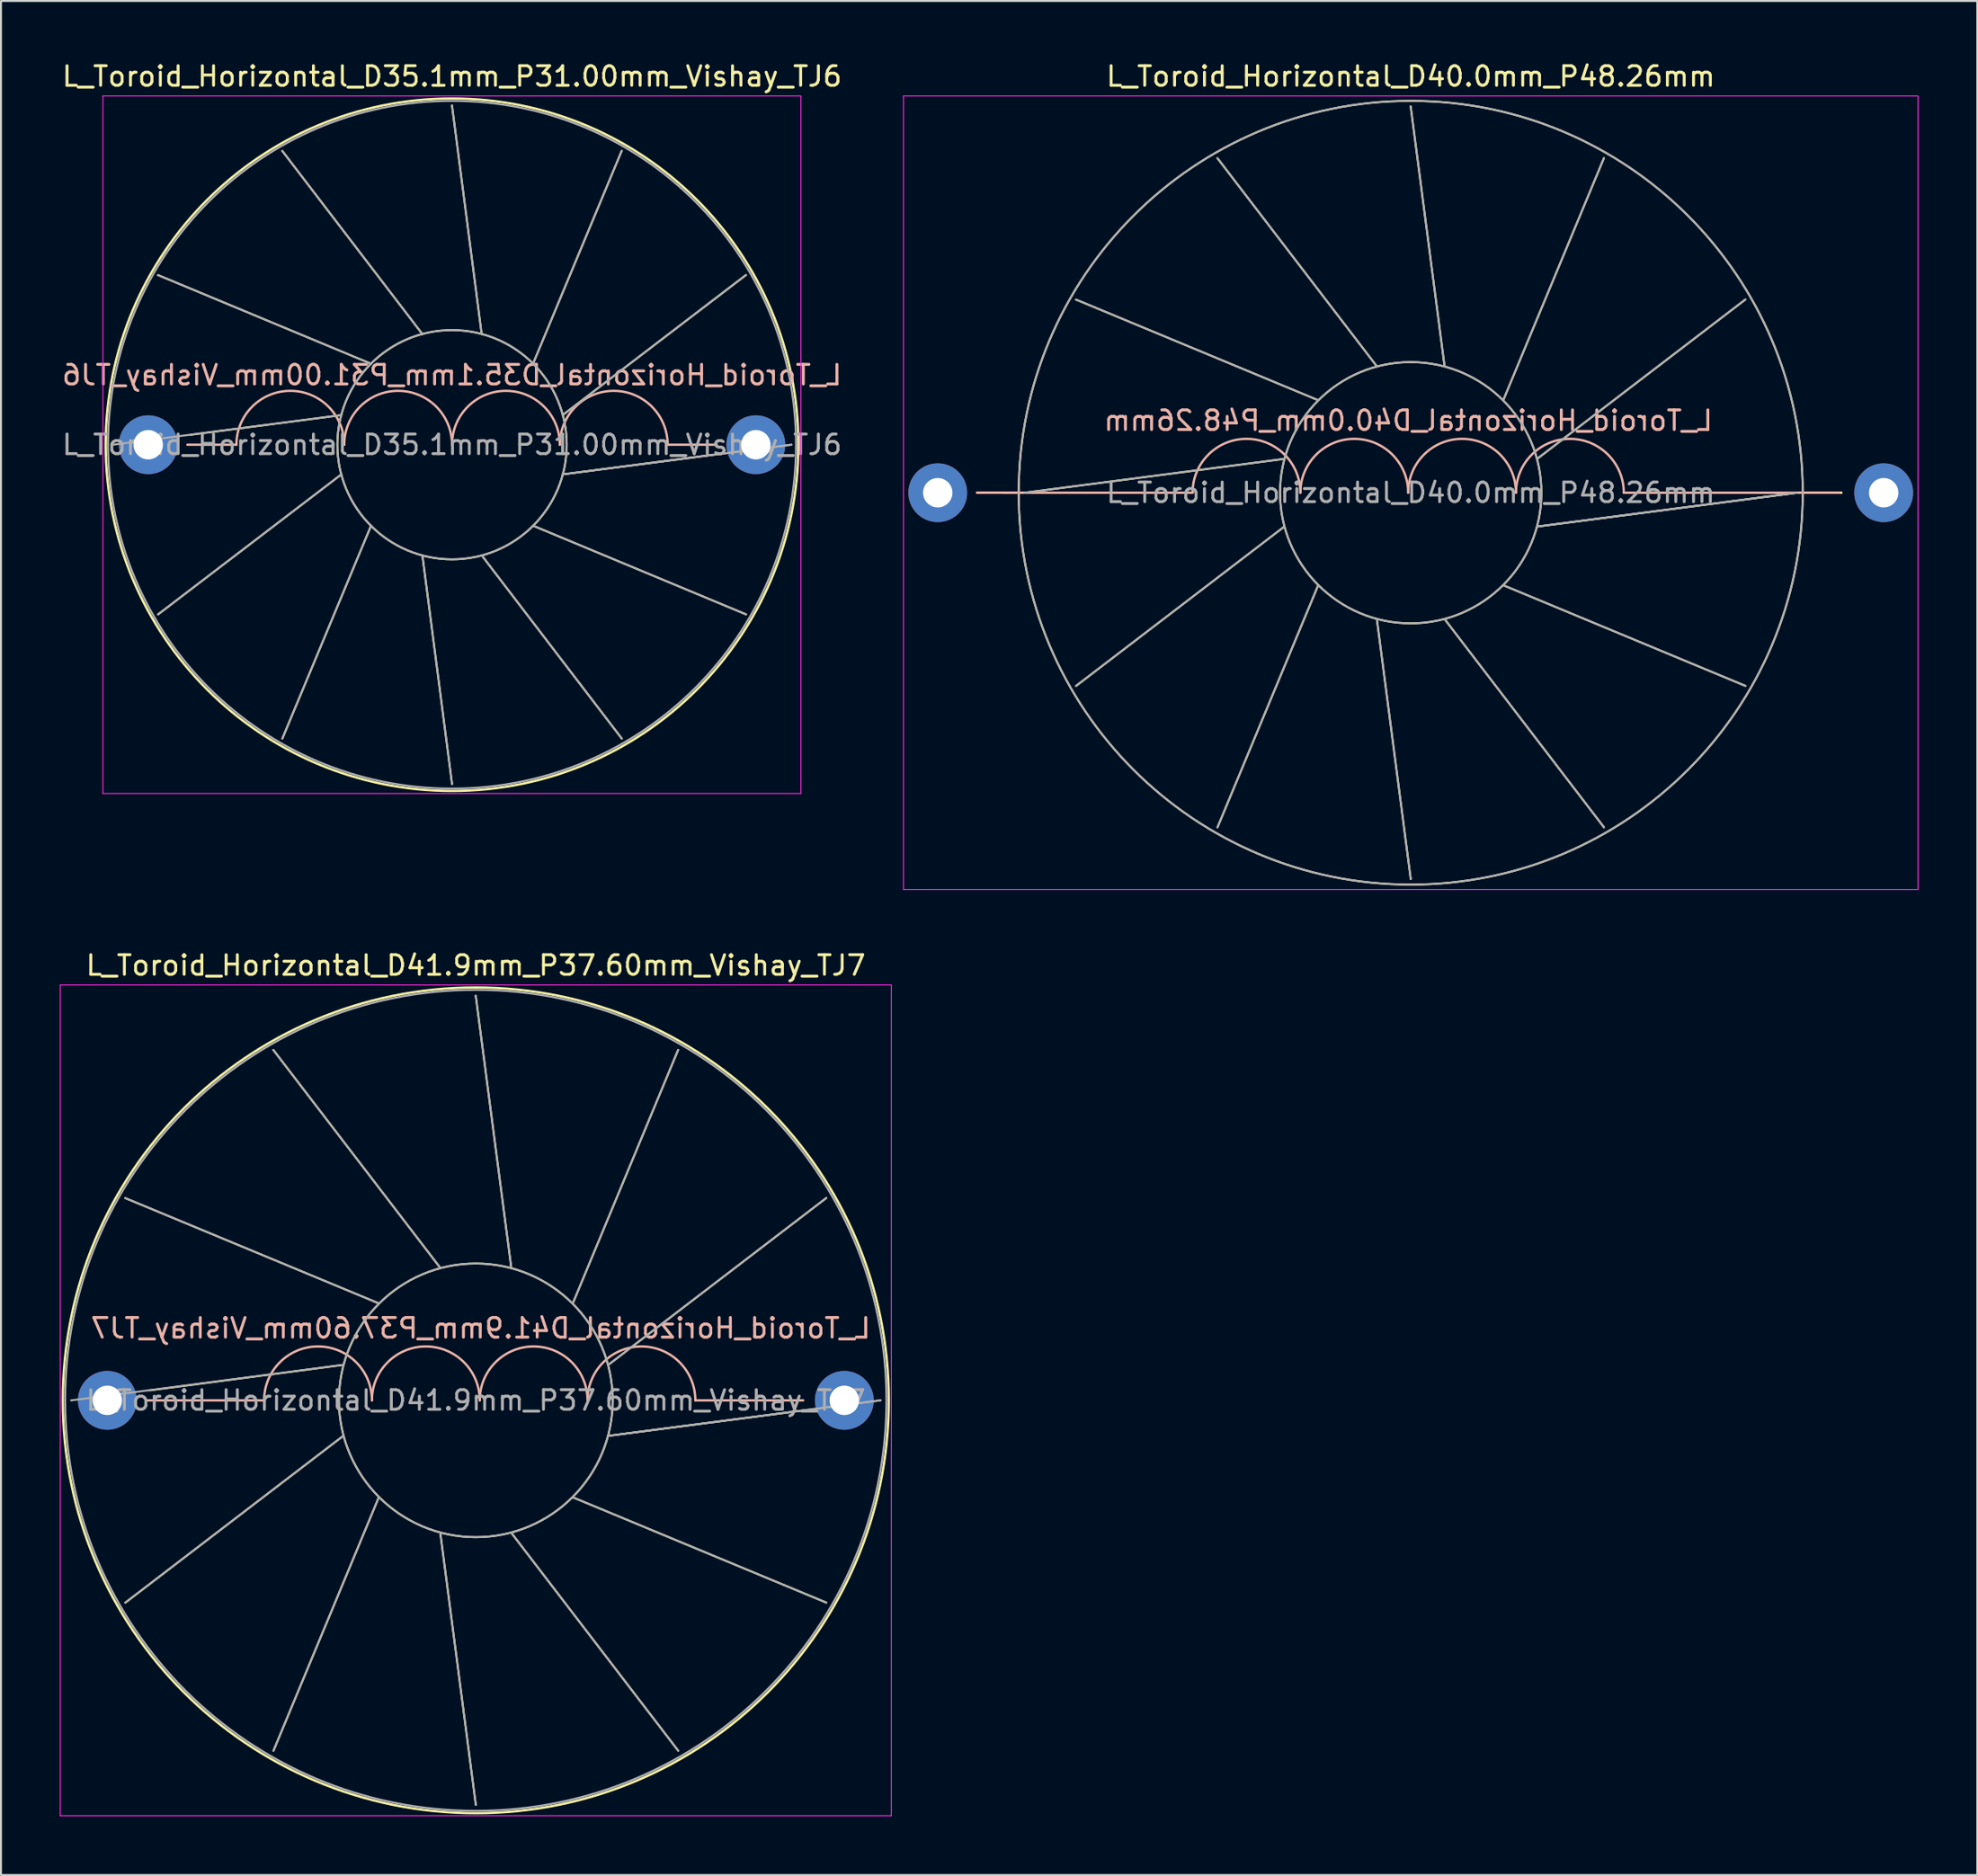
<source format=kicad_pcb>
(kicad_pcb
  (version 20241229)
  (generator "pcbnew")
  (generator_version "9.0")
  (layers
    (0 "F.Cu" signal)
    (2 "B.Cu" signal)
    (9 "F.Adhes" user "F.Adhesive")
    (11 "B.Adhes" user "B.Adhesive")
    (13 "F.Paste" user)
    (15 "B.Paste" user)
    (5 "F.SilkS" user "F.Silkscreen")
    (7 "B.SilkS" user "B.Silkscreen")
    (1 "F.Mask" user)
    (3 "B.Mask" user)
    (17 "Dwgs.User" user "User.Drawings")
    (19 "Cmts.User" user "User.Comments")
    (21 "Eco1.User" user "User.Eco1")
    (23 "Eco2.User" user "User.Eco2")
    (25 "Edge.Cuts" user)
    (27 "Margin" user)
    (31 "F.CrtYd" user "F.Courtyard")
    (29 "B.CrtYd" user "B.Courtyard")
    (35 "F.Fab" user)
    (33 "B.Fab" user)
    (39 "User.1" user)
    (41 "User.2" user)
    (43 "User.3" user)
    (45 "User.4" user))
  (footprint "L_Toroid_Horizontal_D40.0mm_P48.26mm"
    (layer "F.Cu")
    (at 44.793 22.098)
    (property "Reference" "L_Toroid_Horizontal_D40.0mm_P48.26mm" (at 24.13 -21.25 0) (layer "F.SilkS") (effects (font (size 1 1) (thickness 0.15))))
    (fp_line (start 4.412 0.002) (end 2.032 0) (stroke (width 0.12) (type solid)) (layer "F.SilkS"))
    (fp_line (start 4.412 0.002) (end 17.68 -1.728) (stroke (width 0.1) (type solid)) (layer "F.SilkS"))
    (fp_line (start 7.053 -9.857) (end 19.408 -4.721) (stroke (width 0.1) (type solid)) (layer "F.SilkS"))
    (fp_line (start 7.055 9.86) (end 17.68 1.729) (stroke (width 0.1) (type solid)) (layer "F.SilkS"))
    (fp_line (start 14.269 -17.075) (end 22.401 -6.45) (stroke (width 0.1) (type solid)) (layer "F.SilkS"))
    (fp_line (start 14.272 17.077) (end 19.409 4.722) (stroke (width 0.1) (type solid)) (layer "F.SilkS"))
    (fp_line (start 24.127 -19.718) (end 25.857 -6.45) (stroke (width 0.1) (type solid)) (layer "F.SilkS"))
    (fp_line (start 24.131 19.718) (end 22.402 6.45) (stroke (width 0.1) (type solid)) (layer "F.SilkS"))
    (fp_line (start 33.986 -17.077) (end 28.851 -4.723) (stroke (width 0.1) (type solid)) (layer "F.SilkS"))
    (fp_line (start 33.989 17.076) (end 25.859 6.45) (stroke (width 0.1) (type solid)) (layer "F.SilkS"))
    (fp_line (start 41.204 -9.862) (end 30.58 -1.729) (stroke (width 0.1) (type solid)) (layer "F.SilkS"))
    (fp_line (start 41.206 9.859) (end 28.852 4.722) (stroke (width 0.1) (type solid)) (layer "F.SilkS"))
    (fp_line (start 43.848 0) (end 30.58 1.728) (stroke (width 0.1) (type solid)) (layer "F.SilkS"))
    (fp_line (start 43.848 0) (end 46.101 0) (stroke (width 0.12) (type solid)) (layer "F.SilkS"))
    (fp_circle (center 24.13 0) (end 30.797 0) (stroke (width 0.1) (type solid)) (fill no) (layer "F.SilkS"))
    (fp_circle (center 24.13 0) (end 44.13 0) (stroke (width 0.1) (type solid)) (fill no) (layer "F.SilkS"))
    (fp_line (start 13 0) (end 2 0) (stroke (width 0.12) (type solid)) (layer "B.SilkS"))
    (fp_line (start 35 0) (end 46 0) (stroke (width 0.12) (type solid)) (layer "B.SilkS"))
    (fp_arc (start 13 0) (mid 15.75 -2.75) (end 18.5 0) (stroke (width 0.12) (type solid)) (layer "B.SilkS"))
    (fp_arc (start 18.5 0) (mid 21.25 -2.75) (end 24 0) (stroke (width 0.12) (type solid)) (layer "B.SilkS"))
    (fp_arc (start 24 0) (mid 26.75 -2.75) (end 29.5 0) (stroke (width 0.12) (type solid)) (layer "B.SilkS"))
    (fp_arc (start 29.5 0) (mid 32.25 -2.75) (end 35 0) (stroke (width 0.12) (type solid)) (layer "B.SilkS"))
    (fp_line (start -1.75 -20.25) (end -1.75 20.25) (stroke (width 0.05) (type solid)) (layer "F.CrtYd"))
    (fp_line (start -1.75 20.25) (end 50.01 20.25) (stroke (width 0.05) (type solid)) (layer "F.CrtYd"))
    (fp_line (start 50.01 -20.25) (end -1.75 -20.25) (stroke (width 0.05) (type solid)) (layer "F.CrtYd"))
    (fp_line (start 50.01 20.25) (end 50.01 -20.25) (stroke (width 0.05) (type solid)) (layer "F.CrtYd"))
    (fp_line (start 4.412 0.002) (end 17.68 -1.728) (stroke (width 0.1) (type solid)) (layer "F.Fab"))
    (fp_line (start 7.053 -9.857) (end 19.408 -4.721) (stroke (width 0.1) (type solid)) (layer "F.Fab"))
    (fp_line (start 7.055 9.86) (end 17.68 1.729) (stroke (width 0.1) (type solid)) (layer "F.Fab"))
    (fp_line (start 14.269 -17.075) (end 22.401 -6.45) (stroke (width 0.1) (type solid)) (layer "F.Fab"))
    (fp_line (start 14.272 17.077) (end 19.409 4.722) (stroke (width 0.1) (type solid)) (layer "F.Fab"))
    (fp_line (start 24.127 -19.718) (end 25.857 -6.45) (stroke (width 0.1) (type solid)) (layer "F.Fab"))
    (fp_line (start 24.131 19.718) (end 22.402 6.45) (stroke (width 0.1) (type solid)) (layer "F.Fab"))
    (fp_line (start 33.986 -17.077) (end 28.851 -4.723) (stroke (width 0.1) (type solid)) (layer "F.Fab"))
    (fp_line (start 33.989 17.076) (end 25.859 6.45) (stroke (width 0.1) (type solid)) (layer "F.Fab"))
    (fp_line (start 41.204 -9.862) (end 30.58 -1.729) (stroke (width 0.1) (type solid)) (layer "F.Fab"))
    (fp_line (start 41.206 9.859) (end 28.852 4.722) (stroke (width 0.1) (type solid)) (layer "F.Fab"))
    (fp_line (start 43.848 -0.004) (end 30.58 1.727) (stroke (width 0.1) (type solid)) (layer "F.Fab"))
    (fp_line (start 43.848 0) (end 30.58 1.728) (stroke (width 0.1) (type solid)) (layer "F.Fab"))
    (fp_circle (center 24.13 0) (end 30.797 0) (stroke (width 0.1) (type solid)) (fill no) (layer "F.Fab"))
    (fp_circle (center 24.13 0) (end 44.13 0) (stroke (width 0.1) (type solid)) (fill no) (layer "F.Fab"))
    (fp_text user "${REFERENCE}" (at 24.003 -3.683 0) (layer "B.SilkS") (effects (font (size 1 1) (thickness 0.15)) (justify mirror)))
    (fp_text user "${REFERENCE}" (at 24.13 0 0) (layer "F.Fab") (effects (font (size 1 1) (thickness 0.15))))
    (pad "1" thru_hole circle (at 0 0) (size 3 3) (drill 1.5) (layers "*.Cu" "*.Mask"))
    (pad "2" thru_hole circle (at 48.26 0) (size 3 3) (drill 1.5) (layers "*.Cu" "*.Mask")))
  (footprint "L_Toroid_Horizontal_D35.1mm_P31.00mm_Vishay_TJ6"
    (layer "F.Cu")
    (at 4.512 19.648)
    (property "Reference" "L_Toroid_Horizontal_D35.1mm_P31.00mm_Vishay_TJ6" (at 15.5 -18.8 0) (layer "F.SilkS") (effects (font (size 1 1) (thickness 0.15))))
    (fp_line (start 0.502 -8.657) (end 11.367 -4.132) (stroke (width 0.1) (type solid)) (layer "F.SilkS"))
    (fp_line (start 0.504 8.659) (end 9.855 1.513) (stroke (width 0.1) (type solid)) (layer "F.SilkS"))
    (fp_line (start 2.159 -0.508) (end 9.854 -1.512) (stroke (width 0.1) (type solid)) (layer "F.SilkS"))
    (fp_line (start 6.84 -14.996) (end 13.987 -5.645) (stroke (width 0.1) (type solid)) (layer "F.SilkS"))
    (fp_line (start 6.843 14.997) (end 11.368 4.133) (stroke (width 0.1) (type solid)) (layer "F.SilkS"))
    (fp_line (start 15.498 -17.317) (end 17.012 -5.646) (stroke (width 0.1) (type solid)) (layer "F.SilkS"))
    (fp_line (start 15.501 17.317) (end 13.988 5.646) (stroke (width 0.1) (type solid)) (layer "F.SilkS"))
    (fp_line (start 24.156 -14.998) (end 19.632 -4.133) (stroke (width 0.1) (type solid)) (layer "F.SilkS"))
    (fp_line (start 24.159 14.996) (end 17.013 5.645) (stroke (width 0.1) (type solid)) (layer "F.SilkS"))
    (fp_line (start 28.829 0.508) (end 21.145 1.513) (stroke (width 0.1) (type solid)) (layer "F.SilkS"))
    (fp_line (start 30.495 -8.661) (end 21.145 -1.514) (stroke (width 0.1) (type solid)) (layer "F.SilkS"))
    (fp_line (start 30.497 8.658) (end 19.633 4.133) (stroke (width 0.1) (type solid)) (layer "F.SilkS"))
    (fp_circle (center 15.5 0) (end 21.35 0) (stroke (width 0.1) (type solid)) (fill no) (layer "F.SilkS"))
    (fp_circle (center 15.5 0) (end 33.17 0) (stroke (width 0.12) (type solid)) (fill no) (layer "F.SilkS"))
    (fp_line (start 4.5 0) (end 2 0) (stroke (width 0.12) (type solid)) (layer "B.SilkS"))
    (fp_line (start 26.5 0) (end 29 0) (stroke (width 0.12) (type solid)) (layer "B.SilkS"))
    (fp_arc (start 4.5 0) (mid 7.25 -2.75) (end 10 0) (stroke (width 0.12) (type solid)) (layer "B.SilkS"))
    (fp_arc (start 10 0) (mid 12.75 -2.75) (end 15.5 0) (stroke (width 0.12) (type solid)) (layer "B.SilkS"))
    (fp_arc (start 15.5 0) (mid 18.25 -2.75) (end 21 0) (stroke (width 0.12) (type solid)) (layer "B.SilkS"))
    (fp_arc (start 21 0) (mid 23.75 -2.75) (end 26.5 0) (stroke (width 0.12) (type solid)) (layer "B.SilkS"))
    (fp_line (start -2.31 -17.8) (end -2.31 17.8) (stroke (width 0.05) (type solid)) (layer "F.CrtYd"))
    (fp_line (start -2.31 17.8) (end 33.3 17.8) (stroke (width 0.05) (type solid)) (layer "F.CrtYd"))
    (fp_line (start 33.3 -17.8) (end -2.31 -17.8) (stroke (width 0.05) (type solid)) (layer "F.CrtYd"))
    (fp_line (start 33.3 17.8) (end 33.3 -17.8) (stroke (width 0.05) (type solid)) (layer "F.CrtYd"))
    (fp_line (start -1.817 0.002) (end 9.854 -1.512) (stroke (width 0.1) (type solid)) (layer "F.Fab"))
    (fp_line (start 0.502 -8.657) (end 11.367 -4.132) (stroke (width 0.1) (type solid)) (layer "F.Fab"))
    (fp_line (start 0.504 8.659) (end 9.855 1.513) (stroke (width 0.1) (type solid)) (layer "F.Fab"))
    (fp_line (start 6.84 -14.996) (end 13.987 -5.645) (stroke (width 0.1) (type solid)) (layer "F.Fab"))
    (fp_line (start 6.843 14.997) (end 11.368 4.133) (stroke (width 0.1) (type solid)) (layer "F.Fab"))
    (fp_line (start 15.498 -17.317) (end 17.012 -5.646) (stroke (width 0.1) (type solid)) (layer "F.Fab"))
    (fp_line (start 15.501 17.317) (end 13.988 5.646) (stroke (width 0.1) (type solid)) (layer "F.Fab"))
    (fp_line (start 24.156 -14.998) (end 19.632 -4.133) (stroke (width 0.1) (type solid)) (layer "F.Fab"))
    (fp_line (start 24.159 14.996) (end 17.013 5.645) (stroke (width 0.1) (type solid)) (layer "F.Fab"))
    (fp_line (start 30.495 -8.661) (end 21.145 -1.514) (stroke (width 0.1) (type solid)) (layer "F.Fab"))
    (fp_line (start 30.497 8.658) (end 19.633 4.133) (stroke (width 0.1) (type solid)) (layer "F.Fab"))
    (fp_line (start 32.817 -0.003) (end 21.146 1.512) (stroke (width 0.1) (type solid)) (layer "F.Fab"))
    (fp_line (start 32.817 0) (end 21.145 1.513) (stroke (width 0.1) (type solid)) (layer "F.Fab"))
    (fp_circle (center 15.5 0) (end 21.35 0) (stroke (width 0.1) (type solid)) (fill no) (layer "F.Fab"))
    (fp_circle (center 15.5 0) (end 33.05 0) (stroke (width 0.1) (type solid)) (fill no) (layer "F.Fab"))
    (fp_text user "${REFERENCE}" (at 15.494 -3.556 0) (layer "B.SilkS") (effects (font (size 1 1) (thickness 0.15)) (justify mirror)))
    (fp_text user "${REFERENCE}" (at 15.5 0 0) (layer "F.Fab") (effects (font (size 1 1) (thickness 0.15))))
    (pad "1" thru_hole circle (at 0 0) (size 3 3) (drill 1.5) (layers "*.Cu" "*.Mask"))
    (pad "2" thru_hole circle (at 31 0) (size 3 3) (drill 1.5) (layers "*.Cu" "*.Mask")))
  (footprint "L_Toroid_Horizontal_D41.9mm_P37.60mm_Vishay_TJ7"
    (layer "F.Cu")
    (at 2.425 68.421)
    (property "Reference" "L_Toroid_Horizontal_D41.9mm_P37.60mm_Vishay_TJ7" (at 18.8 -22.2 0) (layer "F.SilkS") (effects (font (size 1 1) (thickness 0.15))))
    (fp_line (start 0.917 -10.322) (end 13.849 -4.95) (stroke (width 0.1) (type solid)) (layer "F.SilkS"))
    (fp_line (start 0.919 10.326) (end 12.038 1.812) (stroke (width 0.1) (type solid)) (layer "F.SilkS"))
    (fp_line (start 2.159 -0.508) (end 12.038 -1.811) (stroke (width 0.1) (type solid)) (layer "F.SilkS"))
    (fp_line (start 8.473 -17.881) (end 16.987 -6.762) (stroke (width 0.1) (type solid)) (layer "F.SilkS"))
    (fp_line (start 8.477 17.883) (end 13.85 4.951) (stroke (width 0.1) (type solid)) (layer "F.SilkS"))
    (fp_line (start 18.797 -20.649) (end 20.611 -6.762) (stroke (width 0.1) (type solid)) (layer "F.SilkS"))
    (fp_line (start 18.801 20.649) (end 16.988 6.762) (stroke (width 0.1) (type solid)) (layer "F.SilkS"))
    (fp_line (start 29.122 -17.884) (end 23.749 -4.951) (stroke (width 0.1) (type solid)) (layer "F.SilkS"))
    (fp_line (start 29.125 17.882) (end 20.612 6.762) (stroke (width 0.1) (type solid)) (layer "F.SilkS"))
    (fp_line (start 35.56 0.508) (end 25.562 1.811) (stroke (width 0.1) (type solid)) (layer "F.SilkS"))
    (fp_line (start 36.68 -10.327) (end 25.562 -1.813) (stroke (width 0.1) (type solid)) (layer "F.SilkS"))
    (fp_line (start 36.682 10.324) (end 23.75 4.95) (stroke (width 0.1) (type solid)) (layer "F.SilkS"))
    (fp_circle (center 18.8 0) (end 25.783 0) (stroke (width 0.1) (type solid)) (fill no) (layer "F.SilkS"))
    (fp_circle (center 18.8 0) (end 39.87 0) (stroke (width 0.12) (type solid)) (fill no) (layer "F.SilkS"))
    (fp_line (start 8 0) (end 2 0) (stroke (width 0.12) (type solid)) (layer "B.SilkS"))
    (fp_line (start 30 0) (end 35.5 0) (stroke (width 0.12) (type solid)) (layer "B.SilkS"))
    (fp_arc (start 8 0) (mid 10.75 -2.75) (end 13.5 0) (stroke (width 0.12) (type solid)) (layer "B.SilkS"))
    (fp_arc (start 13.5 0) (mid 16.25 -2.75) (end 19 0) (stroke (width 0.12) (type solid)) (layer "B.SilkS"))
    (fp_arc (start 19 0) (mid 21.75 -2.75) (end 24.5 0) (stroke (width 0.12) (type solid)) (layer "B.SilkS"))
    (fp_arc (start 24.5 0) (mid 27.25 -2.75) (end 30 0) (stroke (width 0.12) (type solid)) (layer "B.SilkS"))
    (fp_line (start -2.4 -21.2) (end -2.4 21.2) (stroke (width 0.05) (type solid)) (layer "F.CrtYd"))
    (fp_line (start -2.4 21.2) (end 40 21.2) (stroke (width 0.05) (type solid)) (layer "F.CrtYd"))
    (fp_line (start 40 -21.2) (end -2.4 -21.2) (stroke (width 0.05) (type solid)) (layer "F.CrtYd"))
    (fp_line (start 40 21.2) (end 40 -21.2) (stroke (width 0.05) (type solid)) (layer "F.CrtYd"))
    (fp_line (start -1.849 0.002) (end 12.038 -1.811) (stroke (width 0.1) (type solid)) (layer "F.Fab"))
    (fp_line (start 0.917 -10.322) (end 13.849 -4.95) (stroke (width 0.1) (type solid)) (layer "F.Fab"))
    (fp_line (start 0.919 10.326) (end 12.038 1.812) (stroke (width 0.1) (type solid)) (layer "F.Fab"))
    (fp_line (start 8.473 -17.881) (end 16.987 -6.762) (stroke (width 0.1) (type solid)) (layer "F.Fab"))
    (fp_line (start 8.477 17.883) (end 13.85 4.951) (stroke (width 0.1) (type solid)) (layer "F.Fab"))
    (fp_line (start 18.797 -20.649) (end 20.611 -6.762) (stroke (width 0.1) (type solid)) (layer "F.Fab"))
    (fp_line (start 18.801 20.649) (end 16.988 6.762) (stroke (width 0.1) (type solid)) (layer "F.Fab"))
    (fp_line (start 29.122 -17.884) (end 23.749 -4.951) (stroke (width 0.1) (type solid)) (layer "F.Fab"))
    (fp_line (start 29.125 17.882) (end 20.612 6.762) (stroke (width 0.1) (type solid)) (layer "F.Fab"))
    (fp_line (start 36.68 -10.327) (end 25.562 -1.813) (stroke (width 0.1) (type solid)) (layer "F.Fab"))
    (fp_line (start 36.682 10.324) (end 23.75 4.95) (stroke (width 0.1) (type solid)) (layer "F.Fab"))
    (fp_line (start 39.449 -0.004) (end 25.562 1.811) (stroke (width 0.1) (type solid)) (layer "F.Fab"))
    (fp_line (start 39.449 0) (end 25.562 1.812) (stroke (width 0.1) (type solid)) (layer "F.Fab"))
    (fp_circle (center 18.8 0) (end 25.783 0) (stroke (width 0.1) (type solid)) (fill no) (layer "F.Fab"))
    (fp_circle (center 18.8 0) (end 39.75 0) (stroke (width 0.1) (type solid)) (fill no) (layer "F.Fab"))
    (fp_text user "${REFERENCE}" (at 19.05 -3.683 0) (layer "B.SilkS") (effects (font (size 1 1) (thickness 0.15)) (justify mirror)))
    (fp_text user "${REFERENCE}" (at 18.8 0 0) (layer "F.Fab") (effects (font (size 1 1) (thickness 0.15))))
    (pad "1" thru_hole circle (at 0 0) (size 3 3) (drill 1.5) (layers "*.Cu" "*.Mask"))
    (pad "2" thru_hole circle (at 37.6 0) (size 3 3) (drill 1.5) (layers "*.Cu" "*.Mask")))
  (gr_rect
    (start -3 -3)
    (end 97.828 92.647)
    (stroke (width 0.1) (type default))
    (fill no)
    (layer "Edge.Cuts")))
</source>
